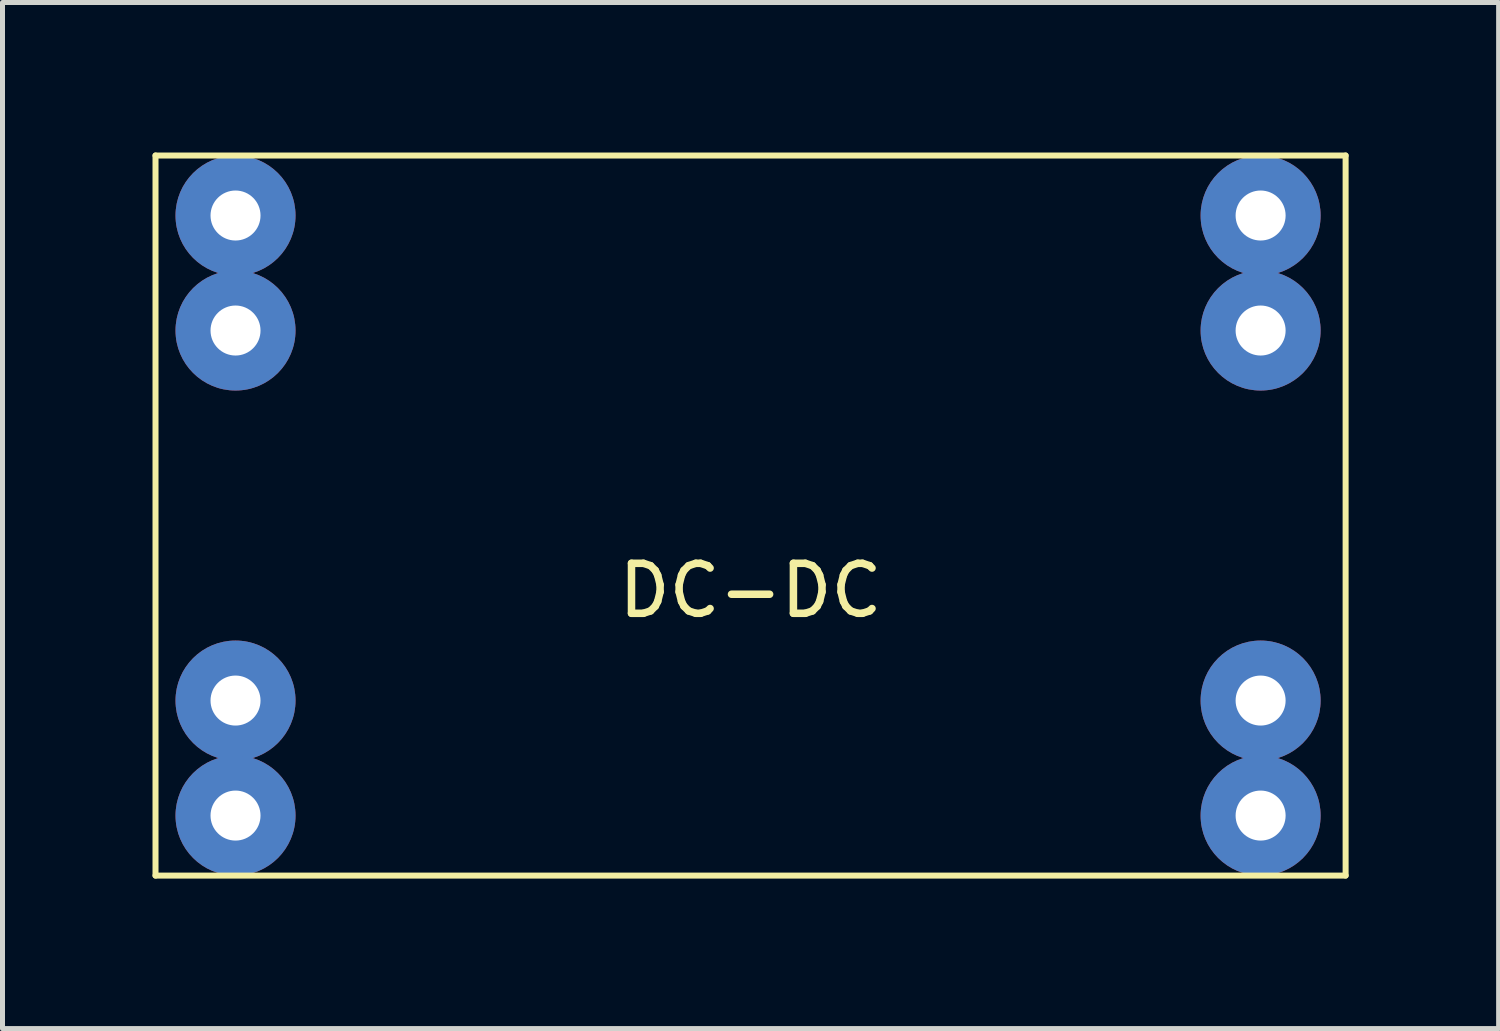
<source format=kicad_pcb>
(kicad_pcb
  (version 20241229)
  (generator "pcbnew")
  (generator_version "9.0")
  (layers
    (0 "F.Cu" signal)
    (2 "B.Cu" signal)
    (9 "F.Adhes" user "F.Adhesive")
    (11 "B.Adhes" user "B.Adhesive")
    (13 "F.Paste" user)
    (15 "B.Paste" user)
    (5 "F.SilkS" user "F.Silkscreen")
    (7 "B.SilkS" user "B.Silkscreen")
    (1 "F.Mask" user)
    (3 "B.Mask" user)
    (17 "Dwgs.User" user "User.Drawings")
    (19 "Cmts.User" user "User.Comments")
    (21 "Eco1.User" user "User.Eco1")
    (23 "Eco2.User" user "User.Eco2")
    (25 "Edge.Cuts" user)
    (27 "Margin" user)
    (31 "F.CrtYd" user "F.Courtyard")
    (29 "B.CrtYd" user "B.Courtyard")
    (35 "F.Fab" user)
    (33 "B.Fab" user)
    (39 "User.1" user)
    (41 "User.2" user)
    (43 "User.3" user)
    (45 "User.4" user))
  (footprint "DC-DC"
    (layer "F.Cu")
    (at 11.96 7.26)
    (property "Reference" "DC-DC" (at 0 1.5 0) (layer "F.SilkS") (effects (font (size 1 1) (thickness 0.15))))
    (attr through_hole)
    (fp_line (start -11.9 -7.2) (end 11.9 -7.2) (stroke (width 0.12) (type solid)) (layer "F.SilkS"))
    (fp_line (start -11.9 7.2) (end -11.9 -7.2) (stroke (width 0.12) (type solid)) (layer "F.SilkS"))
    (fp_line (start 11.9 -7.2) (end 11.9 7.2) (stroke (width 0.12) (type solid)) (layer "F.SilkS"))
    (fp_line (start 11.9 7.2) (end -11.9 7.2) (stroke (width 0.12) (type solid)) (layer "F.SilkS"))
    (pad "1" thru_hole circle (at -10.3 -6) (size 2.4 2.4) (drill 1) (layers "*.Cu" "*.Mask"))
    (pad "1" thru_hole circle (at -10.3 -3.7) (size 2.4 2.4) (drill 1) (layers "*.Cu" "*.Mask"))
    (pad "2" thru_hole circle (at -10.3 3.7) (size 2.4 2.4) (drill 1) (layers "*.Cu" "*.Mask"))
    (pad "2" thru_hole circle (at -10.3 6) (size 2.4 2.4) (drill 1) (layers "*.Cu" "*.Mask"))
    (pad "3" thru_hole circle (at 10.2 3.7) (size 2.4 2.4) (drill 1) (layers "*.Cu" "*.Mask"))
    (pad "3" thru_hole circle (at 10.2 6) (size 2.4 2.4) (drill 1) (layers "*.Cu" "*.Mask"))
    (pad "4" thru_hole circle (at 10.2 -6) (size 2.4 2.4) (drill 1) (layers "*.Cu" "*.Mask"))
    (pad "4" thru_hole circle (at 10.2 -3.7) (size 2.4 2.4) (drill 1) (layers "*.Cu" "*.Mask")))
  (gr_rect
    (start -3 -3)
    (end 26.92 17.52)
    (stroke (width 0.1) (type default))
    (fill no)
    (layer "Edge.Cuts")))
</source>
